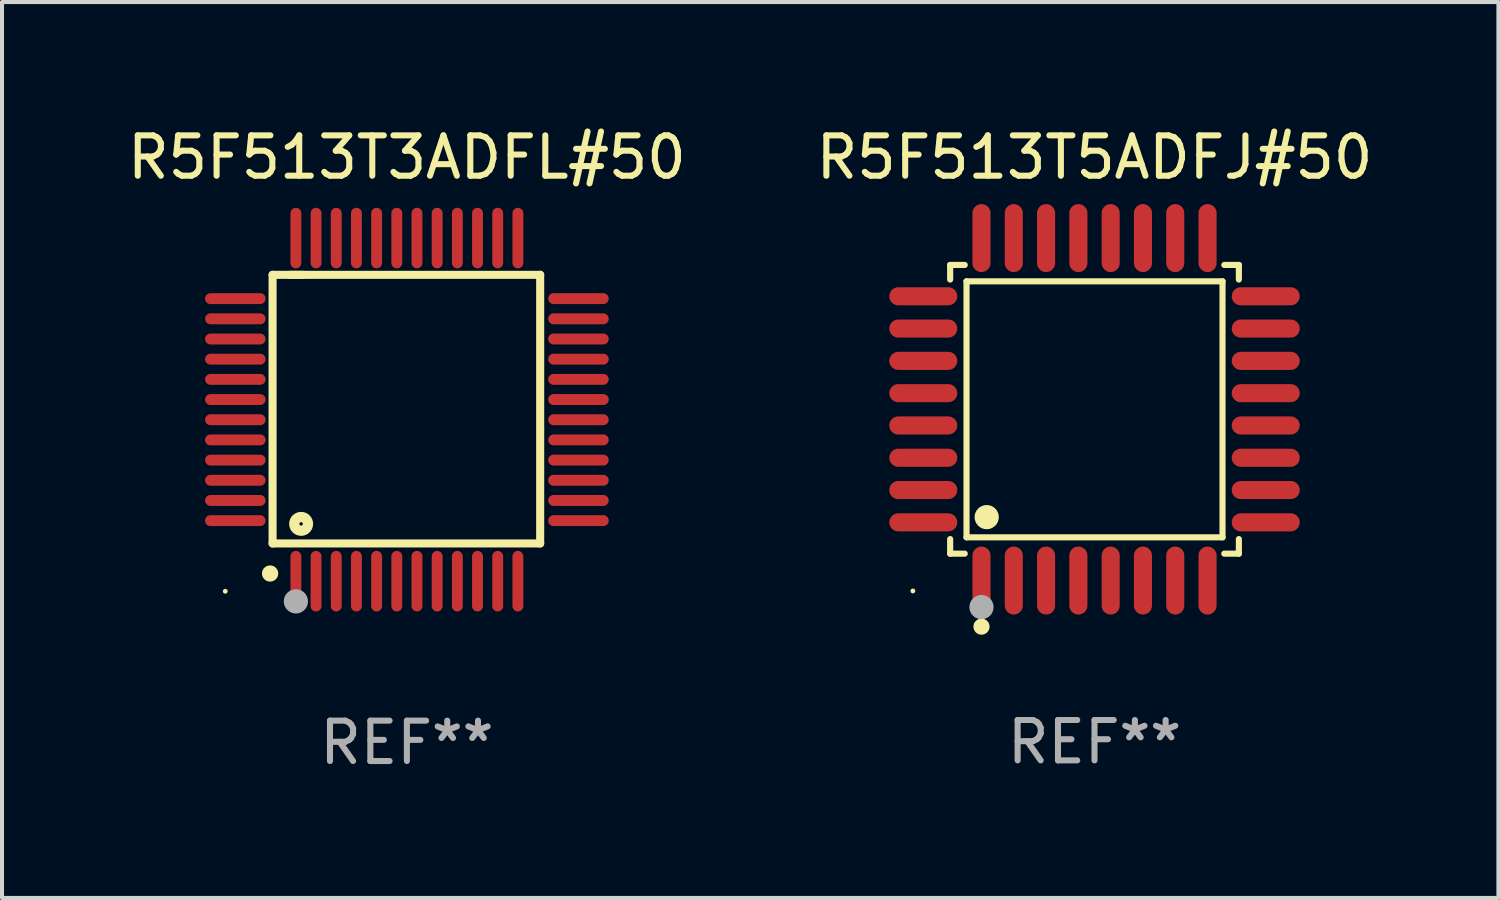
<source format=kicad_pcb>
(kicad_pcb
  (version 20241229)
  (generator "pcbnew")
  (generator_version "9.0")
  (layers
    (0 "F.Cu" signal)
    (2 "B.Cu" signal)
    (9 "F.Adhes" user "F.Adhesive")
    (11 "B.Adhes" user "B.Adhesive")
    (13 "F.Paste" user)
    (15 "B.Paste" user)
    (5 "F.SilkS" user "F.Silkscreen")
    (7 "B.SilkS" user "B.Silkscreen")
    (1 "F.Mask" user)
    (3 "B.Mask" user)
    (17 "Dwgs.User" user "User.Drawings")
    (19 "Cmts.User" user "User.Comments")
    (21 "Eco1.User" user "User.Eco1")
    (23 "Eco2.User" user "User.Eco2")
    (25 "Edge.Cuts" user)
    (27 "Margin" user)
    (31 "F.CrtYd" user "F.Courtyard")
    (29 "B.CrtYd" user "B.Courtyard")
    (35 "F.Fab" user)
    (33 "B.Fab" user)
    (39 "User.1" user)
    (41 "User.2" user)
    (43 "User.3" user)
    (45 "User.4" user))
  (footprint "R5F513T3ADFL#50"
    (layer "F.Cu")
    (at 7.03 7.098)
    (property "Reference" "R5F513T3ADFL#50" (at 0 -6.25 0) (layer "F.SilkS") (effects (font (size 1 1) (thickness 0.15))))
    (attr through_hole)
    (fp_line (start -3.327 -3.34) (end -2.565 -3.34) (stroke (width 0.2) (type solid)) (layer "F.SilkS"))
    (fp_line (start -3.327 3.315) (end -3.327 -3.34) (stroke (width 0.2) (type solid)) (layer "F.SilkS"))
    (fp_line (start -2.896 -3.34) (end 3.302 -3.34) (stroke (width 0.2) (type solid)) (layer "F.SilkS"))
    (fp_line (start 3.302 -3.34) (end 3.302 3.315) (stroke (width 0.2) (type solid)) (layer "F.SilkS"))
    (fp_line (start 3.302 3.315) (end -3.327 3.315) (stroke (width 0.2) (type solid)) (layer "F.SilkS"))
    (fp_arc (start -3.389992 4.059995) (mid -3.388722 4.059991) (end -3.387452 4.059995) (stroke (width 0.4) (type solid)) (layer "F.SilkS"))
    (fp_circle (center -4.5 4.5) (end -4.47 4.5) (stroke (width 0.06) (type solid)) (fill no) (layer "F.SilkS"))
    (fp_circle (center -2.62 2.83) (end -2.45 2.83) (stroke (width 0.254) (type solid)) (fill no) (layer "F.SilkS"))
    (fp_circle (center -2.75 4.75) (end -2.6 4.75) (stroke (width 0.3) (type solid)) (fill no) (layer "F.Fab"))
    (fp_text user "REF**" (at 0 8.25 0) (layer "F.Fab") (effects (font (size 1 1) (thickness 0.15))))
    (pad "1" smd oval (at -2.75 4.25) (size 0.27 1.5) (layers "F.Cu" "F.Mask" "F.Paste"))
    (pad "2" smd oval (at -2.25 4.25) (size 0.27 1.5) (layers "F.Cu" "F.Mask" "F.Paste"))
    (pad "3" smd oval (at -1.75 4.25) (size 0.27 1.5) (layers "F.Cu" "F.Mask" "F.Paste"))
    (pad "4" smd oval (at -1.25 4.25) (size 0.27 1.5) (layers "F.Cu" "F.Mask" "F.Paste"))
    (pad "5" smd oval (at -0.75 4.25) (size 0.27 1.5) (layers "F.Cu" "F.Mask" "F.Paste"))
    (pad "6" smd oval (at -0.25 4.25) (size 0.27 1.5) (layers "F.Cu" "F.Mask" "F.Paste"))
    (pad "7" smd oval (at 0.25 4.25) (size 0.27 1.5) (layers "F.Cu" "F.Mask" "F.Paste"))
    (pad "8" smd oval (at 0.75 4.25) (size 0.27 1.5) (layers "F.Cu" "F.Mask" "F.Paste"))
    (pad "9" smd oval (at 1.25 4.25) (size 0.27 1.5) (layers "F.Cu" "F.Mask" "F.Paste"))
    (pad "10" smd oval (at 1.75 4.25) (size 0.27 1.5) (layers "F.Cu" "F.Mask" "F.Paste"))
    (pad "11" smd oval (at 2.25 4.25) (size 0.27 1.5) (layers "F.Cu" "F.Mask" "F.Paste"))
    (pad "12" smd oval (at 2.75 4.25) (size 0.27 1.5) (layers "F.Cu" "F.Mask" "F.Paste"))
    (pad "13" smd oval (at 4.25 2.75) (size 1.5 0.27) (layers "F.Cu" "F.Mask" "F.Paste"))
    (pad "14" smd oval (at 4.25 2.25) (size 1.5 0.27) (layers "F.Cu" "F.Mask" "F.Paste"))
    (pad "15" smd oval (at 4.25 1.75) (size 1.5 0.27) (layers "F.Cu" "F.Mask" "F.Paste"))
    (pad "16" smd oval (at 4.25 1.25) (size 1.5 0.27) (layers "F.Cu" "F.Mask" "F.Paste"))
    (pad "17" smd oval (at 4.25 0.75) (size 1.5 0.27) (layers "F.Cu" "F.Mask" "F.Paste"))
    (pad "18" smd oval (at 4.25 0.25) (size 1.5 0.27) (layers "F.Cu" "F.Mask" "F.Paste"))
    (pad "19" smd oval (at 4.25 -0.25) (size 1.5 0.27) (layers "F.Cu" "F.Mask" "F.Paste"))
    (pad "20" smd oval (at 4.25 -0.75) (size 1.5 0.27) (layers "F.Cu" "F.Mask" "F.Paste"))
    (pad "21" smd oval (at 4.25 -1.25) (size 1.5 0.27) (layers "F.Cu" "F.Mask" "F.Paste"))
    (pad "22" smd oval (at 4.25 -1.75) (size 1.5 0.27) (layers "F.Cu" "F.Mask" "F.Paste"))
    (pad "23" smd oval (at 4.25 -2.25) (size 1.5 0.27) (layers "F.Cu" "F.Mask" "F.Paste"))
    (pad "24" smd oval (at 4.25 -2.75) (size 1.5 0.27) (layers "F.Cu" "F.Mask" "F.Paste"))
    (pad "25" smd oval (at 2.75 -4.25) (size 0.27 1.5) (layers "F.Cu" "F.Mask" "F.Paste"))
    (pad "26" smd oval (at 2.25 -4.25) (size 0.27 1.5) (layers "F.Cu" "F.Mask" "F.Paste"))
    (pad "27" smd oval (at 1.75 -4.25) (size 0.27 1.5) (layers "F.Cu" "F.Mask" "F.Paste"))
    (pad "28" smd oval (at 1.25 -4.25) (size 0.27 1.5) (layers "F.Cu" "F.Mask" "F.Paste"))
    (pad "29" smd oval (at 0.75 -4.25) (size 0.27 1.5) (layers "F.Cu" "F.Mask" "F.Paste"))
    (pad "30" smd oval (at 0.25 -4.25) (size 0.27 1.5) (layers "F.Cu" "F.Mask" "F.Paste"))
    (pad "31" smd oval (at -0.25 -4.25) (size 0.27 1.5) (layers "F.Cu" "F.Mask" "F.Paste"))
    (pad "32" smd oval (at -0.75 -4.25) (size 0.27 1.5) (layers "F.Cu" "F.Mask" "F.Paste"))
    (pad "33" smd oval (at -1.25 -4.25) (size 0.27 1.5) (layers "F.Cu" "F.Mask" "F.Paste"))
    (pad "34" smd oval (at -1.75 -4.25) (size 0.27 1.5) (layers "F.Cu" "F.Mask" "F.Paste"))
    (pad "35" smd oval (at -2.25 -4.25) (size 0.27 1.5) (layers "F.Cu" "F.Mask" "F.Paste"))
    (pad "36" smd oval (at -2.75 -4.25) (size 0.27 1.5) (layers "F.Cu" "F.Mask" "F.Paste"))
    (pad "37" smd oval (at -4.25 -2.75) (size 1.5 0.27) (layers "F.Cu" "F.Mask" "F.Paste"))
    (pad "38" smd oval (at -4.25 -2.25) (size 1.5 0.27) (layers "F.Cu" "F.Mask" "F.Paste"))
    (pad "39" smd oval (at -4.25 -1.75) (size 1.5 0.27) (layers "F.Cu" "F.Mask" "F.Paste"))
    (pad "40" smd oval (at -4.25 -1.25) (size 1.5 0.27) (layers "F.Cu" "F.Mask" "F.Paste"))
    (pad "41" smd oval (at -4.25 -0.75) (size 1.5 0.27) (layers "F.Cu" "F.Mask" "F.Paste"))
    (pad "42" smd oval (at -4.25 -0.25) (size 1.5 0.27) (layers "F.Cu" "F.Mask" "F.Paste"))
    (pad "43" smd oval (at -4.25 0.25) (size 1.5 0.27) (layers "F.Cu" "F.Mask" "F.Paste"))
    (pad "44" smd oval (at -4.25 0.75) (size 1.5 0.27) (layers "F.Cu" "F.Mask" "F.Paste"))
    (pad "45" smd oval (at -4.25 1.25) (size 1.5 0.27) (layers "F.Cu" "F.Mask" "F.Paste"))
    (pad "46" smd oval (at -4.25 1.75) (size 1.5 0.27) (layers "F.Cu" "F.Mask" "F.Paste"))
    (pad "47" smd oval (at -4.25 2.25) (size 1.5 0.27) (layers "F.Cu" "F.Mask" "F.Paste"))
    (pad "48" smd oval (at -4.25 2.75) (size 1.5 0.27) (layers "F.Cu" "F.Mask" "F.Paste")))
  (footprint "R5F513T5ADFJ#50"
    (layer "F.Cu")
    (at 24.065 7.09)
    (property "Reference" "R5F513T5ADFJ#50" (at 0 -6.242 0) (layer "F.SilkS") (effects (font (size 1 1) (thickness 0.15))))
    (attr through_hole)
    (fp_line (start -3.576 -3.576) (end -3.215 -3.576) (stroke (width 0.152) (type solid)) (layer "F.SilkS"))
    (fp_line (start -3.576 -3.215) (end -3.576 -3.576) (stroke (width 0.152) (type solid)) (layer "F.SilkS"))
    (fp_line (start -3.576 3.215) (end -3.576 3.576) (stroke (width 0.152) (type solid)) (layer "F.SilkS"))
    (fp_line (start -3.576 3.576) (end -3.215 3.576) (stroke (width 0.152) (type solid)) (layer "F.SilkS"))
    (fp_line (start -3.171 -3.171) (end 3.171 -3.171) (stroke (width 0.152) (type solid)) (layer "F.SilkS"))
    (fp_line (start -3.171 3.171) (end -3.171 -3.171) (stroke (width 0.152) (type solid)) (layer "F.SilkS"))
    (fp_line (start 3.171 -3.171) (end 3.171 3.171) (stroke (width 0.152) (type solid)) (layer "F.SilkS"))
    (fp_line (start 3.171 3.171) (end -3.171 3.171) (stroke (width 0.152) (type solid)) (layer "F.SilkS"))
    (fp_line (start 3.576 -3.576) (end 3.215 -3.576) (stroke (width 0.152) (type solid)) (layer "F.SilkS"))
    (fp_line (start 3.576 -3.215) (end 3.576 -3.576) (stroke (width 0.152) (type solid)) (layer "F.SilkS"))
    (fp_line (start 3.576 3.215) (end 3.576 3.576) (stroke (width 0.152) (type solid)) (layer "F.SilkS"))
    (fp_line (start 3.576 3.576) (end 3.215 3.576) (stroke (width 0.152) (type solid)) (layer "F.SilkS"))
    (fp_circle (center -4.5 4.5) (end -4.47 4.5) (stroke (width 0.06) (type solid)) (fill no) (layer "F.SilkS"))
    (fp_circle (center -2.8 5.384) (end -2.7 5.384) (stroke (width 0.2) (type solid)) (fill no) (layer "F.SilkS"))
    (fp_circle (center -2.671 2.671) (end -2.521 2.671) (stroke (width 0.3) (type solid)) (fill no) (layer "F.SilkS"))
    (fp_circle (center -2.8 4.9) (end -2.65 4.9) (stroke (width 0.3) (type solid)) (fill no) (layer "F.Fab"))
    (fp_text user "REF**" (at 0 8.242 0) (layer "F.Fab") (effects (font (size 1 1) (thickness 0.15))))
    (pad "1" smd oval (at -2.8 4.242) (size 0.448 1.684) (layers "F.Cu" "F.Mask" "F.Paste"))
    (pad "2" smd oval (at -2 4.242) (size 0.448 1.684) (layers "F.Cu" "F.Mask" "F.Paste"))
    (pad "3" smd oval (at -1.2 4.242) (size 0.448 1.684) (layers "F.Cu" "F.Mask" "F.Paste"))
    (pad "4" smd oval (at -0.4 4.242) (size 0.448 1.684) (layers "F.Cu" "F.Mask" "F.Paste"))
    (pad "5" smd oval (at 0.4 4.242) (size 0.448 1.684) (layers "F.Cu" "F.Mask" "F.Paste"))
    (pad "6" smd oval (at 1.2 4.242) (size 0.448 1.684) (layers "F.Cu" "F.Mask" "F.Paste"))
    (pad "7" smd oval (at 2 4.242) (size 0.448 1.684) (layers "F.Cu" "F.Mask" "F.Paste"))
    (pad "8" smd oval (at 2.8 4.242) (size 0.448 1.684) (layers "F.Cu" "F.Mask" "F.Paste"))
    (pad "9" smd oval (at 4.242 2.8) (size 1.684 0.448) (layers "F.Cu" "F.Mask" "F.Paste"))
    (pad "10" smd oval (at 4.242 2) (size 1.684 0.448) (layers "F.Cu" "F.Mask" "F.Paste"))
    (pad "11" smd oval (at 4.242 1.2) (size 1.684 0.448) (layers "F.Cu" "F.Mask" "F.Paste"))
    (pad "12" smd oval (at 4.242 0.4) (size 1.684 0.448) (layers "F.Cu" "F.Mask" "F.Paste"))
    (pad "13" smd oval (at 4.242 -0.4) (size 1.684 0.448) (layers "F.Cu" "F.Mask" "F.Paste"))
    (pad "14" smd oval (at 4.242 -1.2) (size 1.684 0.448) (layers "F.Cu" "F.Mask" "F.Paste"))
    (pad "15" smd oval (at 4.242 -2) (size 1.684 0.448) (layers "F.Cu" "F.Mask" "F.Paste"))
    (pad "16" smd oval (at 4.242 -2.8) (size 1.684 0.448) (layers "F.Cu" "F.Mask" "F.Paste"))
    (pad "17" smd oval (at 2.8 -4.242) (size 0.448 1.684) (layers "F.Cu" "F.Mask" "F.Paste"))
    (pad "18" smd oval (at 2 -4.242) (size 0.448 1.684) (layers "F.Cu" "F.Mask" "F.Paste"))
    (pad "19" smd oval (at 1.2 -4.242) (size 0.448 1.684) (layers "F.Cu" "F.Mask" "F.Paste"))
    (pad "20" smd oval (at 0.4 -4.242) (size 0.448 1.684) (layers "F.Cu" "F.Mask" "F.Paste"))
    (pad "21" smd oval (at -0.4 -4.242) (size 0.448 1.684) (layers "F.Cu" "F.Mask" "F.Paste"))
    (pad "22" smd oval (at -1.2 -4.242) (size 0.448 1.684) (layers "F.Cu" "F.Mask" "F.Paste"))
    (pad "23" smd oval (at -2 -4.242) (size 0.448 1.684) (layers "F.Cu" "F.Mask" "F.Paste"))
    (pad "24" smd oval (at -2.8 -4.242) (size 0.448 1.684) (layers "F.Cu" "F.Mask" "F.Paste"))
    (pad "25" smd oval (at -4.242 -2.8) (size 1.684 0.448) (layers "F.Cu" "F.Mask" "F.Paste"))
    (pad "26" smd oval (at -4.242 -2) (size 1.684 0.448) (layers "F.Cu" "F.Mask" "F.Paste"))
    (pad "27" smd oval (at -4.242 -1.2) (size 1.684 0.448) (layers "F.Cu" "F.Mask" "F.Paste"))
    (pad "28" smd oval (at -4.242 -0.4) (size 1.684 0.448) (layers "F.Cu" "F.Mask" "F.Paste"))
    (pad "29" smd oval (at -4.242 0.4) (size 1.684 0.448) (layers "F.Cu" "F.Mask" "F.Paste"))
    (pad "30" smd oval (at -4.242 1.2) (size 1.684 0.448) (layers "F.Cu" "F.Mask" "F.Paste"))
    (pad "31" smd oval (at -4.242 2) (size 1.684 0.448) (layers "F.Cu" "F.Mask" "F.Paste"))
    (pad "32" smd oval (at -4.242 2.8) (size 1.684 0.448) (layers "F.Cu" "F.Mask" "F.Paste")))
  (gr_rect
    (start -3 -3)
    (end 34.071 19.196)
    (stroke (width 0.1) (type default))
    (fill no)
    (layer "Edge.Cuts")))
</source>
